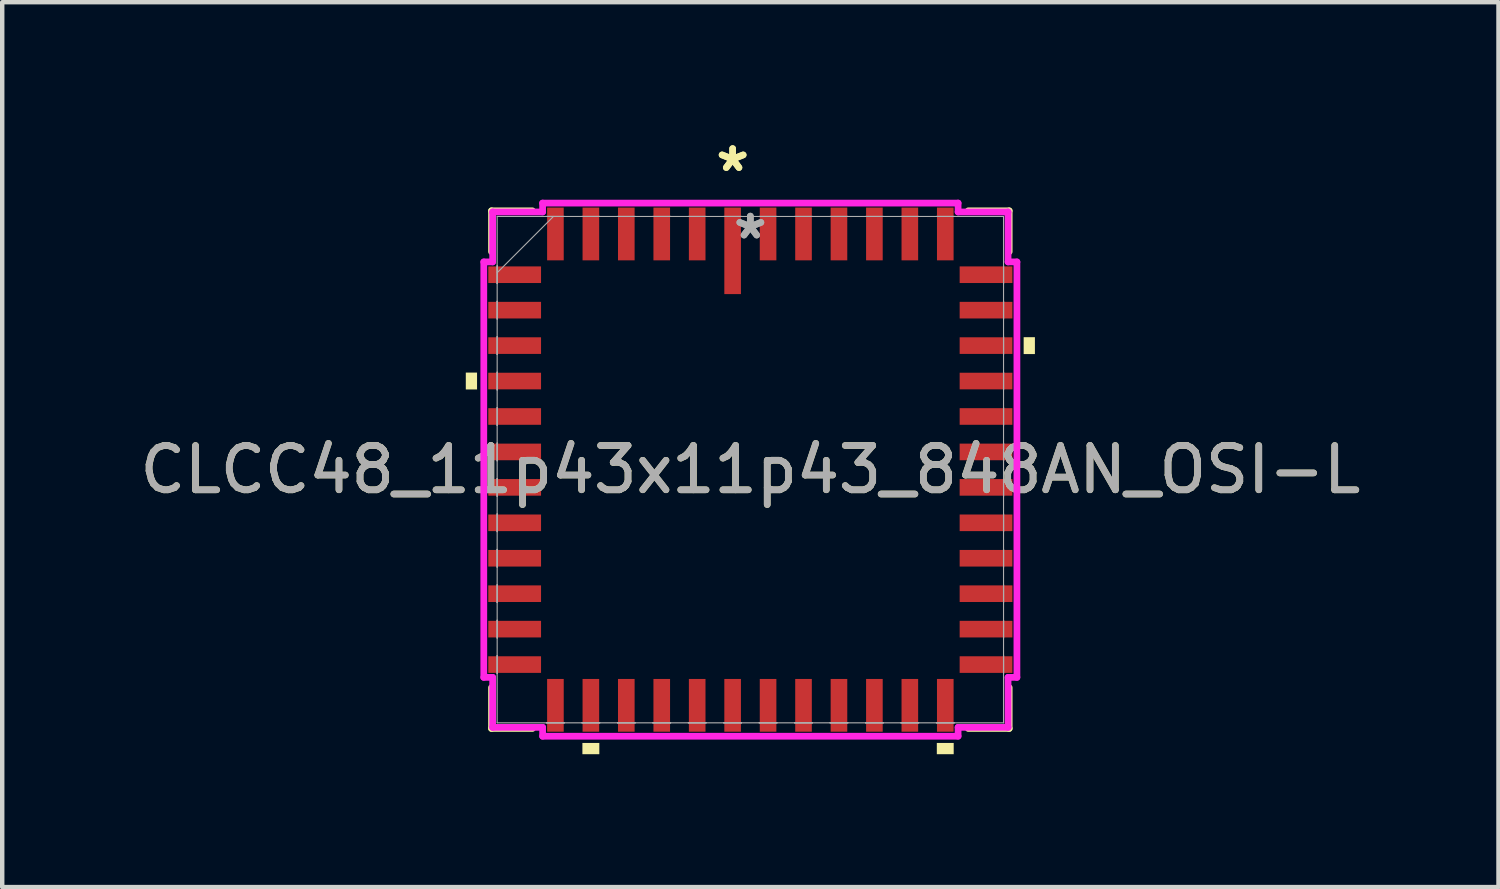
<source format=kicad_pcb>
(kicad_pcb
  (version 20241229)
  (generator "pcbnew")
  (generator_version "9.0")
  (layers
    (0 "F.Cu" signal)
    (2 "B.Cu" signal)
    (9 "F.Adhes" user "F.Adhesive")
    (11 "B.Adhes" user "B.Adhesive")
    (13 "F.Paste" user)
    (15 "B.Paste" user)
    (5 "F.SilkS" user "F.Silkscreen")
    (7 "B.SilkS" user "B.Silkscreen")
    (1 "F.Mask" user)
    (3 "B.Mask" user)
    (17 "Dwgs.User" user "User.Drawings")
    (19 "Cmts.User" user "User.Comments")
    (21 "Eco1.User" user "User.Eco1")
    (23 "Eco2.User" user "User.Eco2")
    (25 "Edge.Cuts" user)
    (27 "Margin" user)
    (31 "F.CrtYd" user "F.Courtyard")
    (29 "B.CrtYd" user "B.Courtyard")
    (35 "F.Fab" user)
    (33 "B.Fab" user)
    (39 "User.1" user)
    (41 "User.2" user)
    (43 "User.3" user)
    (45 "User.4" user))
  (footprint "CLCC48_11p43x11p43_848AN_OSI-L"
    (layer "F.Cu")
    (at 13.887 7.551)
    (property "Reference" "CLCC48_11p43x11p43_848AN_OSI-L" (at 0 0 0) (unlocked yes) (layer "F.SilkS") (effects (font (size 1 1) (thickness 0.15))))
    (attr smd)
    (fp_line (start -5.842 -5.842) (end -5.842 -4.92) (stroke (width 0.152) (type solid)) (layer "F.SilkS"))
    (fp_line (start -5.842 4.92) (end -5.842 5.842) (stroke (width 0.152) (type solid)) (layer "F.SilkS"))
    (fp_line (start -5.842 5.842) (end -4.92 5.842) (stroke (width 0.152) (type solid)) (layer "F.SilkS"))
    (fp_line (start -4.92 -5.842) (end -5.842 -5.842) (stroke (width 0.152) (type solid)) (layer "F.SilkS"))
    (fp_line (start 4.92 5.842) (end 5.842 5.842) (stroke (width 0.152) (type solid)) (layer "F.SilkS"))
    (fp_line (start 5.842 -5.842) (end 4.92 -5.842) (stroke (width 0.152) (type solid)) (layer "F.SilkS"))
    (fp_line (start 5.842 -4.92) (end 5.842 -5.842) (stroke (width 0.152) (type solid)) (layer "F.SilkS"))
    (fp_line (start 5.842 5.842) (end 5.842 4.92) (stroke (width 0.152) (type solid)) (layer "F.SilkS"))
    (fp_poly (pts (xy -6.423 -2.191) (xy -6.423 -1.81) (xy -6.169 -1.81) (xy -6.169 -2.191)) (stroke (width 0) (type solid)) (fill yes) (layer "F.SilkS"))
    (fp_poly (pts (xy -3.791 6.169) (xy -3.791 6.423) (xy -3.409 6.423) (xy -3.409 6.169)) (stroke (width 0) (type solid)) (fill yes) (layer "F.SilkS"))
    (fp_poly (pts (xy 4.209 6.169) (xy 4.209 6.423) (xy 4.59 6.423) (xy 4.59 6.169)) (stroke (width 0) (type solid)) (fill yes) (layer "F.SilkS"))
    (fp_poly (pts (xy 6.423 -2.99) (xy 6.423 -2.609) (xy 6.169 -2.609) (xy 6.169 -2.99)) (stroke (width 0) (type solid)) (fill yes) (layer "F.SilkS"))
    (fp_line (start -6.017 -4.689) (end -5.817 -4.689) (stroke (width 0.152) (type solid)) (layer "F.CrtYd"))
    (fp_line (start -6.017 4.689) (end -6.017 -4.689) (stroke (width 0.152) (type solid)) (layer "F.CrtYd"))
    (fp_line (start -6.017 4.689) (end -5.817 4.689) (stroke (width 0.152) (type solid)) (layer "F.CrtYd"))
    (fp_line (start -5.817 -5.817) (end -4.689 -5.817) (stroke (width 0.152) (type solid)) (layer "F.CrtYd"))
    (fp_line (start -5.817 -4.689) (end -5.817 -5.817) (stroke (width 0.152) (type solid)) (layer "F.CrtYd"))
    (fp_line (start -5.817 5.817) (end -5.817 4.689) (stroke (width 0.152) (type solid)) (layer "F.CrtYd"))
    (fp_line (start -4.689 -6.017) (end 4.689 -6.017) (stroke (width 0.152) (type solid)) (layer "F.CrtYd"))
    (fp_line (start -4.689 -5.817) (end -4.689 -6.017) (stroke (width 0.152) (type solid)) (layer "F.CrtYd"))
    (fp_line (start -4.689 5.817) (end -5.817 5.817) (stroke (width 0.152) (type solid)) (layer "F.CrtYd"))
    (fp_line (start -4.689 6.017) (end -4.689 5.817) (stroke (width 0.152) (type solid)) (layer "F.CrtYd"))
    (fp_line (start 4.689 -6.017) (end 4.689 -5.817) (stroke (width 0.152) (type solid)) (layer "F.CrtYd"))
    (fp_line (start 4.689 -5.817) (end 5.817 -5.817) (stroke (width 0.152) (type solid)) (layer "F.CrtYd"))
    (fp_line (start 4.689 5.817) (end 4.689 6.017) (stroke (width 0.152) (type solid)) (layer "F.CrtYd"))
    (fp_line (start 4.689 6.017) (end -4.689 6.017) (stroke (width 0.152) (type solid)) (layer "F.CrtYd"))
    (fp_line (start 5.817 -5.817) (end 5.817 -4.689) (stroke (width 0.152) (type solid)) (layer "F.CrtYd"))
    (fp_line (start 5.817 -4.689) (end 6.017 -4.689) (stroke (width 0.152) (type solid)) (layer "F.CrtYd"))
    (fp_line (start 5.817 4.689) (end 5.817 5.817) (stroke (width 0.152) (type solid)) (layer "F.CrtYd"))
    (fp_line (start 5.817 5.817) (end 4.689 5.817) (stroke (width 0.152) (type solid)) (layer "F.CrtYd"))
    (fp_line (start 6.017 -4.689) (end 6.017 4.689) (stroke (width 0.152) (type solid)) (layer "F.CrtYd"))
    (fp_line (start 6.017 4.689) (end 5.817 4.689) (stroke (width 0.152) (type solid)) (layer "F.CrtYd"))
    (fp_line (start -5.715 -5.715) (end -5.715 5.715) (stroke (width 0.025) (type solid)) (layer "F.Fab"))
    (fp_line (start -5.715 -4.6) (end -5.715 -4.6) (stroke (width 0.025) (type solid)) (layer "F.Fab"))
    (fp_line (start -5.715 -4.6) (end -5.715 -4.2) (stroke (width 0.025) (type solid)) (layer "F.Fab"))
    (fp_line (start -5.715 -4.445) (end -4.445 -5.715) (stroke (width 0.025) (type solid)) (layer "F.Fab"))
    (fp_line (start -5.715 -4.2) (end -5.715 -4.6) (stroke (width 0.025) (type solid)) (layer "F.Fab"))
    (fp_line (start -5.715 -4.2) (end -5.715 -4.2) (stroke (width 0.025) (type solid)) (layer "F.Fab"))
    (fp_line (start -5.715 -3.8) (end -5.715 -3.8) (stroke (width 0.025) (type solid)) (layer "F.Fab"))
    (fp_line (start -5.715 -3.8) (end -5.715 -3.4) (stroke (width 0.025) (type solid)) (layer "F.Fab"))
    (fp_line (start -5.715 -3.4) (end -5.715 -3.8) (stroke (width 0.025) (type solid)) (layer "F.Fab"))
    (fp_line (start -5.715 -3.4) (end -5.715 -3.4) (stroke (width 0.025) (type solid)) (layer "F.Fab"))
    (fp_line (start -5.715 -3) (end -5.715 -3) (stroke (width 0.025) (type solid)) (layer "F.Fab"))
    (fp_line (start -5.715 -3) (end -5.715 -2.6) (stroke (width 0.025) (type solid)) (layer "F.Fab"))
    (fp_line (start -5.715 -2.6) (end -5.715 -3) (stroke (width 0.025) (type solid)) (layer "F.Fab"))
    (fp_line (start -5.715 -2.6) (end -5.715 -2.6) (stroke (width 0.025) (type solid)) (layer "F.Fab"))
    (fp_line (start -5.715 -2.2) (end -5.715 -2.2) (stroke (width 0.025) (type solid)) (layer "F.Fab"))
    (fp_line (start -5.715 -2.2) (end -5.715 -1.8) (stroke (width 0.025) (type solid)) (layer "F.Fab"))
    (fp_line (start -5.715 -1.8) (end -5.715 -2.2) (stroke (width 0.025) (type solid)) (layer "F.Fab"))
    (fp_line (start -5.715 -1.8) (end -5.715 -1.8) (stroke (width 0.025) (type solid)) (layer "F.Fab"))
    (fp_line (start -5.715 -1.4) (end -5.715 -1.4) (stroke (width 0.025) (type solid)) (layer "F.Fab"))
    (fp_line (start -5.715 -1.4) (end -5.715 -1) (stroke (width 0.025) (type solid)) (layer "F.Fab"))
    (fp_line (start -5.715 -1) (end -5.715 -1.4) (stroke (width 0.025) (type solid)) (layer "F.Fab"))
    (fp_line (start -5.715 -1) (end -5.715 -1) (stroke (width 0.025) (type solid)) (layer "F.Fab"))
    (fp_line (start -5.715 -0.6) (end -5.715 -0.6) (stroke (width 0.025) (type solid)) (layer "F.Fab"))
    (fp_line (start -5.715 -0.6) (end -5.715 -0.2) (stroke (width 0.025) (type solid)) (layer "F.Fab"))
    (fp_line (start -5.715 -0.2) (end -5.715 -0.6) (stroke (width 0.025) (type solid)) (layer "F.Fab"))
    (fp_line (start -5.715 -0.2) (end -5.715 -0.2) (stroke (width 0.025) (type solid)) (layer "F.Fab"))
    (fp_line (start -5.715 0.2) (end -5.715 0.2) (stroke (width 0.025) (type solid)) (layer "F.Fab"))
    (fp_line (start -5.715 0.2) (end -5.715 0.6) (stroke (width 0.025) (type solid)) (layer "F.Fab"))
    (fp_line (start -5.715 0.6) (end -5.715 0.2) (stroke (width 0.025) (type solid)) (layer "F.Fab"))
    (fp_line (start -5.715 0.6) (end -5.715 0.6) (stroke (width 0.025) (type solid)) (layer "F.Fab"))
    (fp_line (start -5.715 1) (end -5.715 1) (stroke (width 0.025) (type solid)) (layer "F.Fab"))
    (fp_line (start -5.715 1) (end -5.715 1.4) (stroke (width 0.025) (type solid)) (layer "F.Fab"))
    (fp_line (start -5.715 1.4) (end -5.715 1) (stroke (width 0.025) (type solid)) (layer "F.Fab"))
    (fp_line (start -5.715 1.4) (end -5.715 1.4) (stroke (width 0.025) (type solid)) (layer "F.Fab"))
    (fp_line (start -5.715 1.8) (end -5.715 1.8) (stroke (width 0.025) (type solid)) (layer "F.Fab"))
    (fp_line (start -5.715 1.8) (end -5.715 2.2) (stroke (width 0.025) (type solid)) (layer "F.Fab"))
    (fp_line (start -5.715 2.2) (end -5.715 1.8) (stroke (width 0.025) (type solid)) (layer "F.Fab"))
    (fp_line (start -5.715 2.2) (end -5.715 2.2) (stroke (width 0.025) (type solid)) (layer "F.Fab"))
    (fp_line (start -5.715 2.6) (end -5.715 2.6) (stroke (width 0.025) (type solid)) (layer "F.Fab"))
    (fp_line (start -5.715 2.6) (end -5.715 3) (stroke (width 0.025) (type solid)) (layer "F.Fab"))
    (fp_line (start -5.715 3) (end -5.715 2.6) (stroke (width 0.025) (type solid)) (layer "F.Fab"))
    (fp_line (start -5.715 3) (end -5.715 3) (stroke (width 0.025) (type solid)) (layer "F.Fab"))
    (fp_line (start -5.715 3.4) (end -5.715 3.4) (stroke (width 0.025) (type solid)) (layer "F.Fab"))
    (fp_line (start -5.715 3.4) (end -5.715 3.8) (stroke (width 0.025) (type solid)) (layer "F.Fab"))
    (fp_line (start -5.715 3.8) (end -5.715 3.4) (stroke (width 0.025) (type solid)) (layer "F.Fab"))
    (fp_line (start -5.715 3.8) (end -5.715 3.8) (stroke (width 0.025) (type solid)) (layer "F.Fab"))
    (fp_line (start -5.715 4.2) (end -5.715 4.2) (stroke (width 0.025) (type solid)) (layer "F.Fab"))
    (fp_line (start -5.715 4.2) (end -5.715 4.6) (stroke (width 0.025) (type solid)) (layer "F.Fab"))
    (fp_line (start -5.715 4.6) (end -5.715 4.2) (stroke (width 0.025) (type solid)) (layer "F.Fab"))
    (fp_line (start -5.715 4.6) (end -5.715 4.6) (stroke (width 0.025) (type solid)) (layer "F.Fab"))
    (fp_line (start -5.715 5.715) (end 5.715 5.715) (stroke (width 0.025) (type solid)) (layer "F.Fab"))
    (fp_line (start -4.6 -5.715) (end -4.6 -5.715) (stroke (width 0.025) (type solid)) (layer "F.Fab"))
    (fp_line (start -4.6 -5.715) (end -4.2 -5.715) (stroke (width 0.025) (type solid)) (layer "F.Fab"))
    (fp_line (start -4.6 5.715) (end -4.6 5.715) (stroke (width 0.025) (type solid)) (layer "F.Fab"))
    (fp_line (start -4.6 5.715) (end -4.2 5.715) (stroke (width 0.025) (type solid)) (layer "F.Fab"))
    (fp_line (start -4.2 -5.715) (end -4.6 -5.715) (stroke (width 0.025) (type solid)) (layer "F.Fab"))
    (fp_line (start -4.2 -5.715) (end -4.2 -5.715) (stroke (width 0.025) (type solid)) (layer "F.Fab"))
    (fp_line (start -4.2 5.715) (end -4.6 5.715) (stroke (width 0.025) (type solid)) (layer "F.Fab"))
    (fp_line (start -4.2 5.715) (end -4.2 5.715) (stroke (width 0.025) (type solid)) (layer "F.Fab"))
    (fp_line (start -3.8 -5.715) (end -3.8 -5.715) (stroke (width 0.025) (type solid)) (layer "F.Fab"))
    (fp_line (start -3.8 -5.715) (end -3.4 -5.715) (stroke (width 0.025) (type solid)) (layer "F.Fab"))
    (fp_line (start -3.8 5.715) (end -3.8 5.715) (stroke (width 0.025) (type solid)) (layer "F.Fab"))
    (fp_line (start -3.8 5.715) (end -3.4 5.715) (stroke (width 0.025) (type solid)) (layer "F.Fab"))
    (fp_line (start -3.4 -5.715) (end -3.8 -5.715) (stroke (width 0.025) (type solid)) (layer "F.Fab"))
    (fp_line (start -3.4 -5.715) (end -3.4 -5.715) (stroke (width 0.025) (type solid)) (layer "F.Fab"))
    (fp_line (start -3.4 5.715) (end -3.8 5.715) (stroke (width 0.025) (type solid)) (layer "F.Fab"))
    (fp_line (start -3.4 5.715) (end -3.4 5.715) (stroke (width 0.025) (type solid)) (layer "F.Fab"))
    (fp_line (start -3 -5.715) (end -3 -5.715) (stroke (width 0.025) (type solid)) (layer "F.Fab"))
    (fp_line (start -3 -5.715) (end -2.6 -5.715) (stroke (width 0.025) (type solid)) (layer "F.Fab"))
    (fp_line (start -3 5.715) (end -3 5.715) (stroke (width 0.025) (type solid)) (layer "F.Fab"))
    (fp_line (start -3 5.715) (end -2.6 5.715) (stroke (width 0.025) (type solid)) (layer "F.Fab"))
    (fp_line (start -2.6 -5.715) (end -3 -5.715) (stroke (width 0.025) (type solid)) (layer "F.Fab"))
    (fp_line (start -2.6 -5.715) (end -2.6 -5.715) (stroke (width 0.025) (type solid)) (layer "F.Fab"))
    (fp_line (start -2.6 5.715) (end -3 5.715) (stroke (width 0.025) (type solid)) (layer "F.Fab"))
    (fp_line (start -2.6 5.715) (end -2.6 5.715) (stroke (width 0.025) (type solid)) (layer "F.Fab"))
    (fp_line (start -2.2 -5.715) (end -2.2 -5.715) (stroke (width 0.025) (type solid)) (layer "F.Fab"))
    (fp_line (start -2.2 -5.715) (end -1.8 -5.715) (stroke (width 0.025) (type solid)) (layer "F.Fab"))
    (fp_line (start -2.2 5.715) (end -2.2 5.715) (stroke (width 0.025) (type solid)) (layer "F.Fab"))
    (fp_line (start -2.2 5.715) (end -1.8 5.715) (stroke (width 0.025) (type solid)) (layer "F.Fab"))
    (fp_line (start -1.8 -5.715) (end -2.2 -5.715) (stroke (width 0.025) (type solid)) (layer "F.Fab"))
    (fp_line (start -1.8 -5.715) (end -1.8 -5.715) (stroke (width 0.025) (type solid)) (layer "F.Fab"))
    (fp_line (start -1.8 5.715) (end -2.2 5.715) (stroke (width 0.025) (type solid)) (layer "F.Fab"))
    (fp_line (start -1.8 5.715) (end -1.8 5.715) (stroke (width 0.025) (type solid)) (layer "F.Fab"))
    (fp_line (start -1.4 -5.715) (end -1.4 -5.715) (stroke (width 0.025) (type solid)) (layer "F.Fab"))
    (fp_line (start -1.4 -5.715) (end -1 -5.715) (stroke (width 0.025) (type solid)) (layer "F.Fab"))
    (fp_line (start -1.4 5.715) (end -1.4 5.715) (stroke (width 0.025) (type solid)) (layer "F.Fab"))
    (fp_line (start -1.4 5.715) (end -1 5.715) (stroke (width 0.025) (type solid)) (layer "F.Fab"))
    (fp_line (start -1 -5.715) (end -1.4 -5.715) (stroke (width 0.025) (type solid)) (layer "F.Fab"))
    (fp_line (start -1 -5.715) (end -1 -5.715) (stroke (width 0.025) (type solid)) (layer "F.Fab"))
    (fp_line (start -1 5.715) (end -1.4 5.715) (stroke (width 0.025) (type solid)) (layer "F.Fab"))
    (fp_line (start -1 5.715) (end -1 5.715) (stroke (width 0.025) (type solid)) (layer "F.Fab"))
    (fp_line (start -0.6 -5.715) (end -0.6 -5.715) (stroke (width 0.025) (type solid)) (layer "F.Fab"))
    (fp_line (start -0.6 -5.715) (end -0.2 -5.715) (stroke (width 0.025) (type solid)) (layer "F.Fab"))
    (fp_line (start -0.6 5.715) (end -0.6 5.715) (stroke (width 0.025) (type solid)) (layer "F.Fab"))
    (fp_line (start -0.6 5.715) (end -0.2 5.715) (stroke (width 0.025) (type solid)) (layer "F.Fab"))
    (fp_line (start -0.2 -5.715) (end -0.6 -5.715) (stroke (width 0.025) (type solid)) (layer "F.Fab"))
    (fp_line (start -0.2 -5.715) (end -0.2 -5.715) (stroke (width 0.025) (type solid)) (layer "F.Fab"))
    (fp_line (start -0.2 5.715) (end -0.6 5.715) (stroke (width 0.025) (type solid)) (layer "F.Fab"))
    (fp_line (start -0.2 5.715) (end -0.2 5.715) (stroke (width 0.025) (type solid)) (layer "F.Fab"))
    (fp_line (start 0.2 -5.715) (end 0.2 -5.715) (stroke (width 0.025) (type solid)) (layer "F.Fab"))
    (fp_line (start 0.2 -5.715) (end 0.6 -5.715) (stroke (width 0.025) (type solid)) (layer "F.Fab"))
    (fp_line (start 0.2 5.715) (end 0.2 5.715) (stroke (width 0.025) (type solid)) (layer "F.Fab"))
    (fp_line (start 0.2 5.715) (end 0.6 5.715) (stroke (width 0.025) (type solid)) (layer "F.Fab"))
    (fp_line (start 0.6 -5.715) (end 0.2 -5.715) (stroke (width 0.025) (type solid)) (layer "F.Fab"))
    (fp_line (start 0.6 -5.715) (end 0.6 -5.715) (stroke (width 0.025) (type solid)) (layer "F.Fab"))
    (fp_line (start 0.6 5.715) (end 0.2 5.715) (stroke (width 0.025) (type solid)) (layer "F.Fab"))
    (fp_line (start 0.6 5.715) (end 0.6 5.715) (stroke (width 0.025) (type solid)) (layer "F.Fab"))
    (fp_line (start 1 -5.715) (end 1 -5.715) (stroke (width 0.025) (type solid)) (layer "F.Fab"))
    (fp_line (start 1 -5.715) (end 1.4 -5.715) (stroke (width 0.025) (type solid)) (layer "F.Fab"))
    (fp_line (start 1 5.715) (end 1 5.715) (stroke (width 0.025) (type solid)) (layer "F.Fab"))
    (fp_line (start 1 5.715) (end 1.4 5.715) (stroke (width 0.025) (type solid)) (layer "F.Fab"))
    (fp_line (start 1.4 -5.715) (end 1 -5.715) (stroke (width 0.025) (type solid)) (layer "F.Fab"))
    (fp_line (start 1.4 -5.715) (end 1.4 -5.715) (stroke (width 0.025) (type solid)) (layer "F.Fab"))
    (fp_line (start 1.4 5.715) (end 1 5.715) (stroke (width 0.025) (type solid)) (layer "F.Fab"))
    (fp_line (start 1.4 5.715) (end 1.4 5.715) (stroke (width 0.025) (type solid)) (layer "F.Fab"))
    (fp_line (start 1.8 -5.715) (end 1.8 -5.715) (stroke (width 0.025) (type solid)) (layer "F.Fab"))
    (fp_line (start 1.8 -5.715) (end 2.2 -5.715) (stroke (width 0.025) (type solid)) (layer "F.Fab"))
    (fp_line (start 1.8 5.715) (end 1.8 5.715) (stroke (width 0.025) (type solid)) (layer "F.Fab"))
    (fp_line (start 1.8 5.715) (end 2.2 5.715) (stroke (width 0.025) (type solid)) (layer "F.Fab"))
    (fp_line (start 2.2 -5.715) (end 1.8 -5.715) (stroke (width 0.025) (type solid)) (layer "F.Fab"))
    (fp_line (start 2.2 -5.715) (end 2.2 -5.715) (stroke (width 0.025) (type solid)) (layer "F.Fab"))
    (fp_line (start 2.2 5.715) (end 1.8 5.715) (stroke (width 0.025) (type solid)) (layer "F.Fab"))
    (fp_line (start 2.2 5.715) (end 2.2 5.715) (stroke (width 0.025) (type solid)) (layer "F.Fab"))
    (fp_line (start 2.6 -5.715) (end 2.6 -5.715) (stroke (width 0.025) (type solid)) (layer "F.Fab"))
    (fp_line (start 2.6 -5.715) (end 3 -5.715) (stroke (width 0.025) (type solid)) (layer "F.Fab"))
    (fp_line (start 2.6 5.715) (end 2.6 5.715) (stroke (width 0.025) (type solid)) (layer "F.Fab"))
    (fp_line (start 2.6 5.715) (end 3 5.715) (stroke (width 0.025) (type solid)) (layer "F.Fab"))
    (fp_line (start 3 -5.715) (end 2.6 -5.715) (stroke (width 0.025) (type solid)) (layer "F.Fab"))
    (fp_line (start 3 -5.715) (end 3 -5.715) (stroke (width 0.025) (type solid)) (layer "F.Fab"))
    (fp_line (start 3 5.715) (end 2.6 5.715) (stroke (width 0.025) (type solid)) (layer "F.Fab"))
    (fp_line (start 3 5.715) (end 3 5.715) (stroke (width 0.025) (type solid)) (layer "F.Fab"))
    (fp_line (start 3.4 -5.715) (end 3.4 -5.715) (stroke (width 0.025) (type solid)) (layer "F.Fab"))
    (fp_line (start 3.4 -5.715) (end 3.8 -5.715) (stroke (width 0.025) (type solid)) (layer "F.Fab"))
    (fp_line (start 3.4 5.715) (end 3.4 5.715) (stroke (width 0.025) (type solid)) (layer "F.Fab"))
    (fp_line (start 3.4 5.715) (end 3.8 5.715) (stroke (width 0.025) (type solid)) (layer "F.Fab"))
    (fp_line (start 3.8 -5.715) (end 3.4 -5.715) (stroke (width 0.025) (type solid)) (layer "F.Fab"))
    (fp_line (start 3.8 -5.715) (end 3.8 -5.715) (stroke (width 0.025) (type solid)) (layer "F.Fab"))
    (fp_line (start 3.8 5.715) (end 3.4 5.715) (stroke (width 0.025) (type solid)) (layer "F.Fab"))
    (fp_line (start 3.8 5.715) (end 3.8 5.715) (stroke (width 0.025) (type solid)) (layer "F.Fab"))
    (fp_line (start 4.2 -5.715) (end 4.2 -5.715) (stroke (width 0.025) (type solid)) (layer "F.Fab"))
    (fp_line (start 4.2 -5.715) (end 4.6 -5.715) (stroke (width 0.025) (type solid)) (layer "F.Fab"))
    (fp_line (start 4.2 5.715) (end 4.2 5.715) (stroke (width 0.025) (type solid)) (layer "F.Fab"))
    (fp_line (start 4.2 5.715) (end 4.6 5.715) (stroke (width 0.025) (type solid)) (layer "F.Fab"))
    (fp_line (start 4.6 -5.715) (end 4.2 -5.715) (stroke (width 0.025) (type solid)) (layer "F.Fab"))
    (fp_line (start 4.6 -5.715) (end 4.6 -5.715) (stroke (width 0.025) (type solid)) (layer "F.Fab"))
    (fp_line (start 4.6 5.715) (end 4.2 5.715) (stroke (width 0.025) (type solid)) (layer "F.Fab"))
    (fp_line (start 4.6 5.715) (end 4.6 5.715) (stroke (width 0.025) (type solid)) (layer "F.Fab"))
    (fp_line (start 5.715 -5.715) (end -5.715 -5.715) (stroke (width 0.025) (type solid)) (layer "F.Fab"))
    (fp_line (start 5.715 -4.6) (end 5.715 -4.6) (stroke (width 0.025) (type solid)) (layer "F.Fab"))
    (fp_line (start 5.715 -4.6) (end 5.715 -4.2) (stroke (width 0.025) (type solid)) (layer "F.Fab"))
    (fp_line (start 5.715 -4.2) (end 5.715 -4.6) (stroke (width 0.025) (type solid)) (layer "F.Fab"))
    (fp_line (start 5.715 -4.2) (end 5.715 -4.2) (stroke (width 0.025) (type solid)) (layer "F.Fab"))
    (fp_line (start 5.715 -3.8) (end 5.715 -3.8) (stroke (width 0.025) (type solid)) (layer "F.Fab"))
    (fp_line (start 5.715 -3.8) (end 5.715 -3.4) (stroke (width 0.025) (type solid)) (layer "F.Fab"))
    (fp_line (start 5.715 -3.4) (end 5.715 -3.8) (stroke (width 0.025) (type solid)) (layer "F.Fab"))
    (fp_line (start 5.715 -3.4) (end 5.715 -3.4) (stroke (width 0.025) (type solid)) (layer "F.Fab"))
    (fp_line (start 5.715 -3) (end 5.715 -3) (stroke (width 0.025) (type solid)) (layer "F.Fab"))
    (fp_line (start 5.715 -3) (end 5.715 -2.6) (stroke (width 0.025) (type solid)) (layer "F.Fab"))
    (fp_line (start 5.715 -2.6) (end 5.715 -3) (stroke (width 0.025) (type solid)) (layer "F.Fab"))
    (fp_line (start 5.715 -2.6) (end 5.715 -2.6) (stroke (width 0.025) (type solid)) (layer "F.Fab"))
    (fp_line (start 5.715 -2.2) (end 5.715 -2.2) (stroke (width 0.025) (type solid)) (layer "F.Fab"))
    (fp_line (start 5.715 -2.2) (end 5.715 -1.8) (stroke (width 0.025) (type solid)) (layer "F.Fab"))
    (fp_line (start 5.715 -1.8) (end 5.715 -2.2) (stroke (width 0.025) (type solid)) (layer "F.Fab"))
    (fp_line (start 5.715 -1.8) (end 5.715 -1.8) (stroke (width 0.025) (type solid)) (layer "F.Fab"))
    (fp_line (start 5.715 -1.4) (end 5.715 -1.4) (stroke (width 0.025) (type solid)) (layer "F.Fab"))
    (fp_line (start 5.715 -1.4) (end 5.715 -1) (stroke (width 0.025) (type solid)) (layer "F.Fab"))
    (fp_line (start 5.715 -1) (end 5.715 -1.4) (stroke (width 0.025) (type solid)) (layer "F.Fab"))
    (fp_line (start 5.715 -1) (end 5.715 -1) (stroke (width 0.025) (type solid)) (layer "F.Fab"))
    (fp_line (start 5.715 -0.6) (end 5.715 -0.6) (stroke (width 0.025) (type solid)) (layer "F.Fab"))
    (fp_line (start 5.715 -0.6) (end 5.715 -0.2) (stroke (width 0.025) (type solid)) (layer "F.Fab"))
    (fp_line (start 5.715 -0.2) (end 5.715 -0.6) (stroke (width 0.025) (type solid)) (layer "F.Fab"))
    (fp_line (start 5.715 -0.2) (end 5.715 -0.2) (stroke (width 0.025) (type solid)) (layer "F.Fab"))
    (fp_line (start 5.715 0.2) (end 5.715 0.2) (stroke (width 0.025) (type solid)) (layer "F.Fab"))
    (fp_line (start 5.715 0.2) (end 5.715 0.6) (stroke (width 0.025) (type solid)) (layer "F.Fab"))
    (fp_line (start 5.715 0.6) (end 5.715 0.2) (stroke (width 0.025) (type solid)) (layer "F.Fab"))
    (fp_line (start 5.715 0.6) (end 5.715 0.6) (stroke (width 0.025) (type solid)) (layer "F.Fab"))
    (fp_line (start 5.715 1) (end 5.715 1) (stroke (width 0.025) (type solid)) (layer "F.Fab"))
    (fp_line (start 5.715 1) (end 5.715 1.4) (stroke (width 0.025) (type solid)) (layer "F.Fab"))
    (fp_line (start 5.715 1.4) (end 5.715 1) (stroke (width 0.025) (type solid)) (layer "F.Fab"))
    (fp_line (start 5.715 1.4) (end 5.715 1.4) (stroke (width 0.025) (type solid)) (layer "F.Fab"))
    (fp_line (start 5.715 1.8) (end 5.715 1.8) (stroke (width 0.025) (type solid)) (layer "F.Fab"))
    (fp_line (start 5.715 1.8) (end 5.715 2.2) (stroke (width 0.025) (type solid)) (layer "F.Fab"))
    (fp_line (start 5.715 2.2) (end 5.715 1.8) (stroke (width 0.025) (type solid)) (layer "F.Fab"))
    (fp_line (start 5.715 2.2) (end 5.715 2.2) (stroke (width 0.025) (type solid)) (layer "F.Fab"))
    (fp_line (start 5.715 2.6) (end 5.715 2.6) (stroke (width 0.025) (type solid)) (layer "F.Fab"))
    (fp_line (start 5.715 2.6) (end 5.715 3) (stroke (width 0.025) (type solid)) (layer "F.Fab"))
    (fp_line (start 5.715 3) (end 5.715 2.6) (stroke (width 0.025) (type solid)) (layer "F.Fab"))
    (fp_line (start 5.715 3) (end 5.715 3) (stroke (width 0.025) (type solid)) (layer "F.Fab"))
    (fp_line (start 5.715 3.4) (end 5.715 3.4) (stroke (width 0.025) (type solid)) (layer "F.Fab"))
    (fp_line (start 5.715 3.4) (end 5.715 3.8) (stroke (width 0.025) (type solid)) (layer "F.Fab"))
    (fp_line (start 5.715 3.8) (end 5.715 3.4) (stroke (width 0.025) (type solid)) (layer "F.Fab"))
    (fp_line (start 5.715 3.8) (end 5.715 3.8) (stroke (width 0.025) (type solid)) (layer "F.Fab"))
    (fp_line (start 5.715 4.2) (end 5.715 4.2) (stroke (width 0.025) (type solid)) (layer "F.Fab"))
    (fp_line (start 5.715 4.2) (end 5.715 4.6) (stroke (width 0.025) (type solid)) (layer "F.Fab"))
    (fp_line (start 5.715 4.6) (end 5.715 4.2) (stroke (width 0.025) (type solid)) (layer "F.Fab"))
    (fp_line (start 5.715 4.6) (end 5.715 4.6) (stroke (width 0.025) (type solid)) (layer "F.Fab"))
    (fp_line (start 5.715 5.715) (end 5.715 -5.715) (stroke (width 0.025) (type solid)) (layer "F.Fab"))
    (fp_text user "*" (at -0.4 -6.702 0) (layer "F.SilkS") (effects (font (size 1 1) (thickness 0.15))))
    (fp_text user "*" (at -0.4 -6.702 0) (unlocked yes) (layer "F.SilkS") (effects (font (size 1 1) (thickness 0.15))))
    (fp_text user "${REFERENCE}" (at 0 0 0) (unlocked yes) (layer "F.Fab") (effects (font (size 1 1) (thickness 0.15))))
    (fp_text user "*" (at 0 -5.178 0) (unlocked yes) (layer "F.Fab") (effects (font (size 1 1) (thickness 0.15))))
    (fp_text user "*" (at 0 -5.178 0) (layer "F.Fab") (effects (font (size 1 1) (thickness 0.15))))
    (pad "1" smd rect (at -0.4 -4.939) (size 0.375 1.953) (layers "F.Cu" "F.Mask" "F.Paste"))
    (pad "2" smd rect (at -1.2 -5.32) (size 0.375 1.191) (layers "F.Cu" "F.Mask" "F.Paste"))
    (pad "3" smd rect (at -2 -5.32) (size 0.375 1.191) (layers "F.Cu" "F.Mask" "F.Paste"))
    (pad "4" smd rect (at -2.8 -5.32) (size 0.375 1.191) (layers "F.Cu" "F.Mask" "F.Paste"))
    (pad "5" smd rect (at -3.6 -5.32) (size 0.375 1.191) (layers "F.Cu" "F.Mask" "F.Paste"))
    (pad "6" smd rect (at -4.4 -5.32) (size 0.375 1.191) (layers "F.Cu" "F.Mask" "F.Paste"))
    (pad "7" smd rect (at -5.32 -4.4 90) (size 0.375 1.191) (layers "F.Cu" "F.Mask" "F.Paste"))
    (pad "8" smd rect (at -5.32 -3.6 90) (size 0.375 1.191) (layers "F.Cu" "F.Mask" "F.Paste"))
    (pad "9" smd rect (at -5.32 -2.8 90) (size 0.375 1.191) (layers "F.Cu" "F.Mask" "F.Paste"))
    (pad "10" smd rect (at -5.32 -2 90) (size 0.375 1.191) (layers "F.Cu" "F.Mask" "F.Paste"))
    (pad "11" smd rect (at -5.32 -1.2 90) (size 0.375 1.191) (layers "F.Cu" "F.Mask" "F.Paste"))
    (pad "12" smd rect (at -5.32 -0.4 90) (size 0.375 1.191) (layers "F.Cu" "F.Mask" "F.Paste"))
    (pad "13" smd rect (at -5.32 0.4 90) (size 0.375 1.191) (layers "F.Cu" "F.Mask" "F.Paste"))
    (pad "14" smd rect (at -5.32 1.2 90) (size 0.375 1.191) (layers "F.Cu" "F.Mask" "F.Paste"))
    (pad "15" smd rect (at -5.32 2 90) (size 0.375 1.191) (layers "F.Cu" "F.Mask" "F.Paste"))
    (pad "16" smd rect (at -5.32 2.8 90) (size 0.375 1.191) (layers "F.Cu" "F.Mask" "F.Paste"))
    (pad "17" smd rect (at -5.32 3.6 90) (size 0.375 1.191) (layers "F.Cu" "F.Mask" "F.Paste"))
    (pad "18" smd rect (at -5.32 4.4 90) (size 0.375 1.191) (layers "F.Cu" "F.Mask" "F.Paste"))
    (pad "19" smd rect (at -4.4 5.32) (size 0.375 1.191) (layers "F.Cu" "F.Mask" "F.Paste"))
    (pad "20" smd rect (at -3.6 5.32) (size 0.375 1.191) (layers "F.Cu" "F.Mask" "F.Paste"))
    (pad "21" smd rect (at -2.8 5.32) (size 0.375 1.191) (layers "F.Cu" "F.Mask" "F.Paste"))
    (pad "22" smd rect (at -2 5.32) (size 0.375 1.191) (layers "F.Cu" "F.Mask" "F.Paste"))
    (pad "23" smd rect (at -1.2 5.32) (size 0.375 1.191) (layers "F.Cu" "F.Mask" "F.Paste"))
    (pad "24" smd rect (at -0.4 5.32) (size 0.375 1.191) (layers "F.Cu" "F.Mask" "F.Paste"))
    (pad "25" smd rect (at 0.4 5.32) (size 0.375 1.191) (layers "F.Cu" "F.Mask" "F.Paste"))
    (pad "26" smd rect (at 1.2 5.32) (size 0.375 1.191) (layers "F.Cu" "F.Mask" "F.Paste"))
    (pad "27" smd rect (at 2 5.32) (size 0.375 1.191) (layers "F.Cu" "F.Mask" "F.Paste"))
    (pad "28" smd rect (at 2.8 5.32) (size 0.375 1.191) (layers "F.Cu" "F.Mask" "F.Paste"))
    (pad "29" smd rect (at 3.6 5.32) (size 0.375 1.191) (layers "F.Cu" "F.Mask" "F.Paste"))
    (pad "30" smd rect (at 4.4 5.32) (size 0.375 1.191) (layers "F.Cu" "F.Mask" "F.Paste"))
    (pad "31" smd rect (at 5.32 4.4 90) (size 0.375 1.191) (layers "F.Cu" "F.Mask" "F.Paste"))
    (pad "32" smd rect (at 5.32 3.6 90) (size 0.375 1.191) (layers "F.Cu" "F.Mask" "F.Paste"))
    (pad "33" smd rect (at 5.32 2.8 90) (size 0.375 1.191) (layers "F.Cu" "F.Mask" "F.Paste"))
    (pad "34" smd rect (at 5.32 2 90) (size 0.375 1.191) (layers "F.Cu" "F.Mask" "F.Paste"))
    (pad "35" smd rect (at 5.32 1.2 90) (size 0.375 1.191) (layers "F.Cu" "F.Mask" "F.Paste"))
    (pad "36" smd rect (at 5.32 0.4 90) (size 0.375 1.191) (layers "F.Cu" "F.Mask" "F.Paste"))
    (pad "37" smd rect (at 5.32 -0.4 90) (size 0.375 1.191) (layers "F.Cu" "F.Mask" "F.Paste"))
    (pad "38" smd rect (at 5.32 -1.2 90) (size 0.375 1.191) (layers "F.Cu" "F.Mask" "F.Paste"))
    (pad "39" smd rect (at 5.32 -2 90) (size 0.375 1.191) (layers "F.Cu" "F.Mask" "F.Paste"))
    (pad "40" smd rect (at 5.32 -2.8 90) (size 0.375 1.191) (layers "F.Cu" "F.Mask" "F.Paste"))
    (pad "41" smd rect (at 5.32 -3.6 90) (size 0.375 1.191) (layers "F.Cu" "F.Mask" "F.Paste"))
    (pad "42" smd rect (at 5.32 -4.4 90) (size 0.375 1.191) (layers "F.Cu" "F.Mask" "F.Paste"))
    (pad "43" smd rect (at 4.4 -5.32) (size 0.375 1.191) (layers "F.Cu" "F.Mask" "F.Paste"))
    (pad "44" smd rect (at 3.6 -5.32) (size 0.375 1.191) (layers "F.Cu" "F.Mask" "F.Paste"))
    (pad "45" smd rect (at 2.8 -5.32) (size 0.375 1.191) (layers "F.Cu" "F.Mask" "F.Paste"))
    (pad "46" smd rect (at 2 -5.32) (size 0.375 1.191) (layers "F.Cu" "F.Mask" "F.Paste"))
    (pad "47" smd rect (at 1.2 -5.32) (size 0.375 1.191) (layers "F.Cu" "F.Mask" "F.Paste"))
    (pad "48" smd rect (at 0.4 -5.32) (size 0.375 1.191) (layers "F.Cu" "F.Mask" "F.Paste")))
  (gr_rect
    (start -3 -3)
    (end 30.774 16.974)
    (stroke (width 0.1) (type default))
    (fill no)
    (layer "Edge.Cuts")))
</source>
